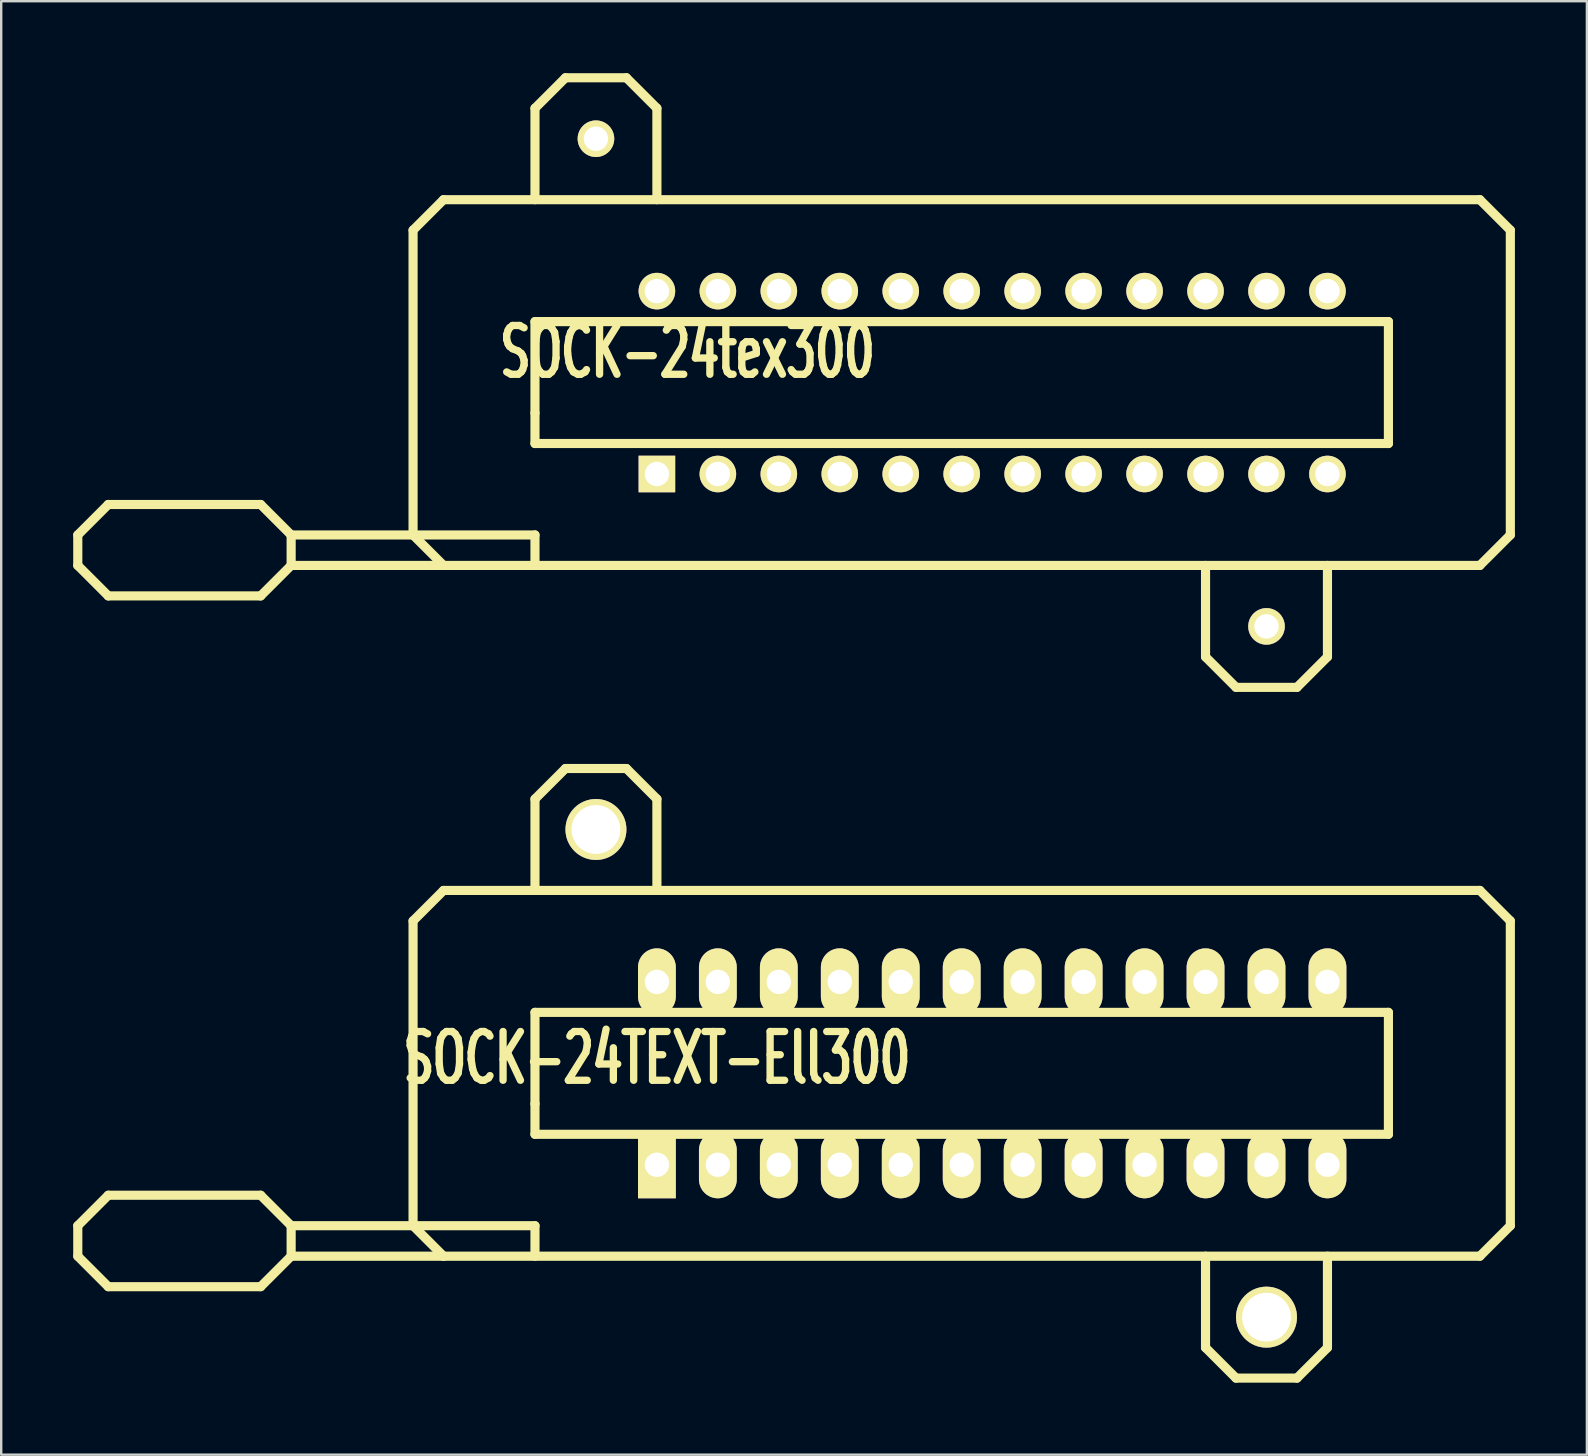
<source format=kicad_pcb>
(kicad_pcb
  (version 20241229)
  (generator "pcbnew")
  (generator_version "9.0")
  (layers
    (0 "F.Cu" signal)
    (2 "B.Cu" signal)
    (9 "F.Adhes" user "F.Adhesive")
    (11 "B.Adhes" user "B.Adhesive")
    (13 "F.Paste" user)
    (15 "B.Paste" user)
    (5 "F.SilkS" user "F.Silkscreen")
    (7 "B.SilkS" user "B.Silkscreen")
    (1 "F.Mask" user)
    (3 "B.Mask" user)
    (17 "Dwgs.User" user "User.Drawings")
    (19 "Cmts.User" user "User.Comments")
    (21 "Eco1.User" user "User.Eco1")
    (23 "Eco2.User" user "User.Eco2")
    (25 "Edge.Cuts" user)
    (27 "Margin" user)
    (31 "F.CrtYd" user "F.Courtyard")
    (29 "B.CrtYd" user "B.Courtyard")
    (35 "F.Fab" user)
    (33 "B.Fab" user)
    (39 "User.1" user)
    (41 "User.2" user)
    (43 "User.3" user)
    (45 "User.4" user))
  (footprint "SOCK-24TEXT-Ell300"
    (layer "F.Cu")
    (at 38.291 41.672)
    (property "Reference" "SOCK-24TEXT-Ell300" (at -13.97 -0.635 0) (layer "F.SilkS") (effects (font (size 2.032 1.27) (thickness 0.305))))
    (attr through_hole)
    (fp_line (start -38.1 6.35) (end -38.1 7.62) (stroke (width 0.381) (type solid)) (layer "F.SilkS"))
    (fp_line (start -38.1 7.62) (end -36.83 8.89) (stroke (width 0.381) (type solid)) (layer "F.SilkS"))
    (fp_line (start -36.83 5.08) (end -38.1 6.35) (stroke (width 0.381) (type solid)) (layer "F.SilkS"))
    (fp_line (start -36.83 8.89) (end -30.48 8.89) (stroke (width 0.381) (type solid)) (layer "F.SilkS"))
    (fp_line (start -30.48 5.08) (end -36.83 5.08) (stroke (width 0.381) (type solid)) (layer "F.SilkS"))
    (fp_line (start -30.48 5.08) (end -29.21 6.35) (stroke (width 0.381) (type solid)) (layer "F.SilkS"))
    (fp_line (start -30.48 8.89) (end -29.21 7.62) (stroke (width 0.381) (type solid)) (layer "F.SilkS"))
    (fp_line (start -29.21 6.35) (end -29.21 7.62) (stroke (width 0.381) (type solid)) (layer "F.SilkS"))
    (fp_line (start -29.21 6.35) (end -19.05 6.35) (stroke (width 0.381) (type solid)) (layer "F.SilkS"))
    (fp_line (start -29.21 7.62) (end -22.86 7.62) (stroke (width 0.381) (type solid)) (layer "F.SilkS"))
    (fp_line (start -24.13 -6.35) (end -24.13 6.35) (stroke (width 0.381) (type solid)) (layer "F.SilkS"))
    (fp_line (start -24.13 6.35) (end -22.86 7.62) (stroke (width 0.381) (type solid)) (layer "F.SilkS"))
    (fp_line (start -22.86 -7.62) (end -24.13 -6.35) (stroke (width 0.381) (type solid)) (layer "F.SilkS"))
    (fp_line (start -22.86 7.62) (end 20.32 7.62) (stroke (width 0.381) (type solid)) (layer "F.SilkS"))
    (fp_line (start -19.05 -11.43) (end -19.05 -7.62) (stroke (width 0.381) (type solid)) (layer "F.SilkS"))
    (fp_line (start -19.05 -2.54) (end 16.51 -2.54) (stroke (width 0.381) (type solid)) (layer "F.SilkS"))
    (fp_line (start -19.05 1.27) (end -19.05 -2.54) (stroke (width 0.381) (type solid)) (layer "F.SilkS"))
    (fp_line (start -19.05 2.54) (end -19.05 1.27) (stroke (width 0.381) (type solid)) (layer "F.SilkS"))
    (fp_line (start -19.05 6.35) (end -19.05 7.62) (stroke (width 0.381) (type solid)) (layer "F.SilkS"))
    (fp_line (start -17.78 -12.7) (end -19.05 -11.43) (stroke (width 0.381) (type solid)) (layer "F.SilkS"))
    (fp_line (start -15.24 -12.7) (end -17.78 -12.7) (stroke (width 0.381) (type solid)) (layer "F.SilkS"))
    (fp_line (start -13.97 -11.43) (end -15.24 -12.7) (stroke (width 0.381) (type solid)) (layer "F.SilkS"))
    (fp_line (start -13.97 -7.62) (end -13.97 -11.43) (stroke (width 0.381) (type solid)) (layer "F.SilkS"))
    (fp_line (start 8.89 11.43) (end 8.89 7.62) (stroke (width 0.381) (type solid)) (layer "F.SilkS"))
    (fp_line (start 10.16 12.7) (end 8.89 11.43) (stroke (width 0.381) (type solid)) (layer "F.SilkS"))
    (fp_line (start 12.7 12.7) (end 10.16 12.7) (stroke (width 0.381) (type solid)) (layer "F.SilkS"))
    (fp_line (start 13.97 7.62) (end 13.97 11.43) (stroke (width 0.381) (type solid)) (layer "F.SilkS"))
    (fp_line (start 13.97 11.43) (end 12.7 12.7) (stroke (width 0.381) (type solid)) (layer "F.SilkS"))
    (fp_line (start 16.51 -2.54) (end 16.51 2.54) (stroke (width 0.381) (type solid)) (layer "F.SilkS"))
    (fp_line (start 16.51 2.54) (end -19.05 2.54) (stroke (width 0.381) (type solid)) (layer "F.SilkS"))
    (fp_line (start 20.32 -7.62) (end -22.86 -7.62) (stroke (width 0.381) (type solid)) (layer "F.SilkS"))
    (fp_line (start 20.32 7.62) (end 21.59 6.35) (stroke (width 0.381) (type solid)) (layer "F.SilkS"))
    (fp_line (start 21.59 -6.35) (end 20.32 -7.62) (stroke (width 0.381) (type solid)) (layer "F.SilkS"))
    (fp_line (start 21.59 6.35) (end 21.59 -6.35) (stroke (width 0.381) (type solid)) (layer "F.SilkS"))
    (pad "1" thru_hole rect (at -13.97 3.81) (size 1.575 2.794) (drill 1.016) (layers "*.Cu" "*.Mask" "F.SilkS"))
    (pad "2" thru_hole oval (at -11.43 3.81) (size 1.575 2.794) (drill 1.016) (layers "*.Cu" "*.Mask" "F.SilkS"))
    (pad "3" thru_hole oval (at -8.89 3.81) (size 1.575 2.794) (drill 1.016) (layers "*.Cu" "*.Mask" "F.SilkS"))
    (pad "4" thru_hole oval (at -6.35 3.81) (size 1.575 2.794) (drill 1.016) (layers "*.Cu" "*.Mask" "F.SilkS"))
    (pad "5" thru_hole oval (at -3.81 3.81) (size 1.575 2.794) (drill 1.016) (layers "*.Cu" "*.Mask" "F.SilkS"))
    (pad "6" thru_hole oval (at -1.27 3.81) (size 1.575 2.794) (drill 1.016) (layers "*.Cu" "*.Mask" "F.SilkS"))
    (pad "7" thru_hole oval (at 1.27 3.81) (size 1.575 2.794) (drill 1.016) (layers "*.Cu" "*.Mask" "F.SilkS"))
    (pad "8" thru_hole oval (at 3.81 3.81) (size 1.575 2.794) (drill 1.016) (layers "*.Cu" "*.Mask" "F.SilkS"))
    (pad "9" thru_hole oval (at 6.35 3.81) (size 1.575 2.794) (drill 1.016) (layers "*.Cu" "*.Mask" "F.SilkS"))
    (pad "10" thru_hole oval (at 8.89 3.81) (size 1.575 2.794) (drill 1.016) (layers "*.Cu" "*.Mask" "F.SilkS"))
    (pad "11" thru_hole oval (at 11.43 3.81) (size 1.575 2.794) (drill 1.016) (layers "*.Cu" "*.Mask" "F.SilkS"))
    (pad "12" thru_hole oval (at 13.97 3.81) (size 1.575 2.794) (drill 1.016) (layers "*.Cu" "*.Mask" "F.SilkS"))
    (pad "13" thru_hole oval (at 13.97 -3.81) (size 1.575 2.794) (drill 1.016) (layers "*.Cu" "*.Mask" "F.SilkS"))
    (pad "14" thru_hole oval (at 11.43 -3.81) (size 1.575 2.794) (drill 1.016) (layers "*.Cu" "*.Mask" "F.SilkS"))
    (pad "15" thru_hole oval (at 8.89 -3.81) (size 1.575 2.794) (drill 1.016) (layers "*.Cu" "*.Mask" "F.SilkS"))
    (pad "16" thru_hole oval (at 6.35 -3.81) (size 1.575 2.794) (drill 1.016) (layers "*.Cu" "*.Mask" "F.SilkS"))
    (pad "17" thru_hole oval (at 3.81 -3.81) (size 1.575 2.794) (drill 1.016) (layers "*.Cu" "*.Mask" "F.SilkS"))
    (pad "18" thru_hole oval (at 1.27 -3.81) (size 1.575 2.794) (drill 1.016) (layers "*.Cu" "*.Mask" "F.SilkS"))
    (pad "19" thru_hole oval (at -1.27 -3.81) (size 1.575 2.794) (drill 1.016) (layers "*.Cu" "*.Mask" "F.SilkS"))
    (pad "20" thru_hole oval (at -3.81 -3.81) (size 1.575 2.794) (drill 1.016) (layers "*.Cu" "*.Mask" "F.SilkS"))
    (pad "21" thru_hole oval (at -6.35 -3.81) (size 1.575 2.794) (drill 1.016) (layers "*.Cu" "*.Mask" "F.SilkS"))
    (pad "22" thru_hole oval (at -8.89 -3.81) (size 1.575 2.794) (drill 1.016) (layers "*.Cu" "*.Mask" "F.SilkS"))
    (pad "23" thru_hole oval (at -11.43 -3.81) (size 1.575 2.794) (drill 1.016) (layers "*.Cu" "*.Mask" "F.SilkS"))
    (pad "24" thru_hole oval (at -13.97 -3.81) (size 1.575 2.794) (drill 1.016) (layers "*.Cu" "*.Mask" "F.SilkS"))
    (pad "HOLE" thru_hole circle (at -16.51 -10.16) (size 2.54 2.54) (drill 2.032) (layers "*.Cu" "*.Mask" "F.SilkS"))
    (pad "HOLE" thru_hole circle (at 11.43 10.16) (size 2.54 2.54) (drill 2.032) (layers "*.Cu" "*.Mask" "F.SilkS")))
  (footprint "SOCK-24tex300"
    (layer "F.Cu")
    (at 38.291 12.89)
    (property "Reference" "SOCK-24tex300" (at -12.7 -1.27 0) (layer "F.SilkS") (effects (font (size 2.032 1.27) (thickness 0.305))))
    (attr through_hole)
    (fp_line (start -38.1 6.35) (end -38.1 7.62) (stroke (width 0.381) (type solid)) (layer "F.SilkS"))
    (fp_line (start -38.1 7.62) (end -36.83 8.89) (stroke (width 0.381) (type solid)) (layer "F.SilkS"))
    (fp_line (start -36.83 5.08) (end -38.1 6.35) (stroke (width 0.381) (type solid)) (layer "F.SilkS"))
    (fp_line (start -36.83 8.89) (end -30.48 8.89) (stroke (width 0.381) (type solid)) (layer "F.SilkS"))
    (fp_line (start -30.48 5.08) (end -36.83 5.08) (stroke (width 0.381) (type solid)) (layer "F.SilkS"))
    (fp_line (start -30.48 5.08) (end -29.21 6.35) (stroke (width 0.381) (type solid)) (layer "F.SilkS"))
    (fp_line (start -30.48 8.89) (end -29.21 7.62) (stroke (width 0.381) (type solid)) (layer "F.SilkS"))
    (fp_line (start -29.21 6.35) (end -29.21 7.62) (stroke (width 0.381) (type solid)) (layer "F.SilkS"))
    (fp_line (start -29.21 6.35) (end -19.05 6.35) (stroke (width 0.381) (type solid)) (layer "F.SilkS"))
    (fp_line (start -29.21 7.62) (end -22.86 7.62) (stroke (width 0.381) (type solid)) (layer "F.SilkS"))
    (fp_line (start -24.13 -6.35) (end -24.13 6.35) (stroke (width 0.381) (type solid)) (layer "F.SilkS"))
    (fp_line (start -24.13 6.35) (end -22.86 7.62) (stroke (width 0.381) (type solid)) (layer "F.SilkS"))
    (fp_line (start -22.86 -7.62) (end -24.13 -6.35) (stroke (width 0.381) (type solid)) (layer "F.SilkS"))
    (fp_line (start -22.86 7.62) (end 20.32 7.62) (stroke (width 0.381) (type solid)) (layer "F.SilkS"))
    (fp_line (start -19.05 -11.43) (end -19.05 -7.62) (stroke (width 0.381) (type solid)) (layer "F.SilkS"))
    (fp_line (start -19.05 -2.54) (end 16.51 -2.54) (stroke (width 0.381) (type solid)) (layer "F.SilkS"))
    (fp_line (start -19.05 1.27) (end -19.05 -2.54) (stroke (width 0.381) (type solid)) (layer "F.SilkS"))
    (fp_line (start -19.05 2.54) (end -19.05 1.27) (stroke (width 0.381) (type solid)) (layer "F.SilkS"))
    (fp_line (start -19.05 6.35) (end -19.05 7.62) (stroke (width 0.381) (type solid)) (layer "F.SilkS"))
    (fp_line (start -17.78 -12.7) (end -19.05 -11.43) (stroke (width 0.381) (type solid)) (layer "F.SilkS"))
    (fp_line (start -15.24 -12.7) (end -17.78 -12.7) (stroke (width 0.381) (type solid)) (layer "F.SilkS"))
    (fp_line (start -13.97 -11.43) (end -15.24 -12.7) (stroke (width 0.381) (type solid)) (layer "F.SilkS"))
    (fp_line (start -13.97 -7.62) (end -13.97 -11.43) (stroke (width 0.381) (type solid)) (layer "F.SilkS"))
    (fp_line (start 8.89 11.43) (end 8.89 7.62) (stroke (width 0.381) (type solid)) (layer "F.SilkS"))
    (fp_line (start 10.16 12.7) (end 8.89 11.43) (stroke (width 0.381) (type solid)) (layer "F.SilkS"))
    (fp_line (start 12.7 12.7) (end 10.16 12.7) (stroke (width 0.381) (type solid)) (layer "F.SilkS"))
    (fp_line (start 13.97 7.62) (end 13.97 11.43) (stroke (width 0.381) (type solid)) (layer "F.SilkS"))
    (fp_line (start 13.97 11.43) (end 12.7 12.7) (stroke (width 0.381) (type solid)) (layer "F.SilkS"))
    (fp_line (start 16.51 -2.54) (end 16.51 2.54) (stroke (width 0.381) (type solid)) (layer "F.SilkS"))
    (fp_line (start 16.51 2.54) (end -19.05 2.54) (stroke (width 0.381) (type solid)) (layer "F.SilkS"))
    (fp_line (start 20.32 -7.62) (end -22.86 -7.62) (stroke (width 0.381) (type solid)) (layer "F.SilkS"))
    (fp_line (start 20.32 7.62) (end 21.59 6.35) (stroke (width 0.381) (type solid)) (layer "F.SilkS"))
    (fp_line (start 21.59 -6.35) (end 20.32 -7.62) (stroke (width 0.381) (type solid)) (layer "F.SilkS"))
    (fp_line (start 21.59 6.35) (end 21.59 -6.35) (stroke (width 0.381) (type solid)) (layer "F.SilkS"))
    (pad "1" thru_hole rect (at -13.97 3.81) (size 1.524 1.524) (drill 1.016) (layers "*.Cu" "*.Mask" "F.SilkS"))
    (pad "2" thru_hole circle (at -11.43 3.81) (size 1.524 1.524) (drill 1.016) (layers "*.Cu" "*.Mask" "F.SilkS"))
    (pad "3" thru_hole circle (at -8.89 3.81) (size 1.524 1.524) (drill 1.016) (layers "*.Cu" "*.Mask" "F.SilkS"))
    (pad "4" thru_hole circle (at -6.35 3.81) (size 1.524 1.524) (drill 1.016) (layers "*.Cu" "*.Mask" "F.SilkS"))
    (pad "5" thru_hole circle (at -3.81 3.81) (size 1.524 1.524) (drill 1.016) (layers "*.Cu" "*.Mask" "F.SilkS"))
    (pad "6" thru_hole circle (at -1.27 3.81) (size 1.524 1.524) (drill 1.016) (layers "*.Cu" "*.Mask" "F.SilkS"))
    (pad "7" thru_hole circle (at 1.27 3.81) (size 1.524 1.524) (drill 1.016) (layers "*.Cu" "*.Mask" "F.SilkS"))
    (pad "8" thru_hole circle (at 3.81 3.81) (size 1.524 1.524) (drill 1.016) (layers "*.Cu" "*.Mask" "F.SilkS"))
    (pad "9" thru_hole circle (at 6.35 3.81) (size 1.524 1.524) (drill 1.016) (layers "*.Cu" "*.Mask" "F.SilkS"))
    (pad "10" thru_hole circle (at 8.89 3.81) (size 1.524 1.524) (drill 1.016) (layers "*.Cu" "*.Mask" "F.SilkS"))
    (pad "11" thru_hole circle (at 11.43 3.81) (size 1.524 1.524) (drill 1.016) (layers "*.Cu" "*.Mask" "F.SilkS"))
    (pad "12" thru_hole circle (at 13.97 3.81) (size 1.524 1.524) (drill 1.016) (layers "*.Cu" "*.Mask" "F.SilkS"))
    (pad "13" thru_hole circle (at 13.97 -3.81) (size 1.524 1.524) (drill 1.016) (layers "*.Cu" "*.Mask" "F.SilkS"))
    (pad "14" thru_hole circle (at 11.43 -3.81) (size 1.524 1.524) (drill 1.016) (layers "*.Cu" "*.Mask" "F.SilkS"))
    (pad "15" thru_hole circle (at 8.89 -3.81) (size 1.524 1.524) (drill 1.016) (layers "*.Cu" "*.Mask" "F.SilkS"))
    (pad "16" thru_hole circle (at 6.35 -3.81) (size 1.524 1.524) (drill 1.016) (layers "*.Cu" "*.Mask" "F.SilkS"))
    (pad "17" thru_hole circle (at 3.81 -3.81) (size 1.524 1.524) (drill 1.016) (layers "*.Cu" "*.Mask" "F.SilkS"))
    (pad "18" thru_hole circle (at 1.27 -3.81) (size 1.524 1.524) (drill 1.016) (layers "*.Cu" "*.Mask" "F.SilkS"))
    (pad "19" thru_hole circle (at -1.27 -3.81) (size 1.524 1.524) (drill 1.016) (layers "*.Cu" "*.Mask" "F.SilkS"))
    (pad "20" thru_hole circle (at -3.81 -3.81) (size 1.524 1.524) (drill 1.016) (layers "*.Cu" "*.Mask" "F.SilkS"))
    (pad "21" thru_hole circle (at -6.35 -3.81) (size 1.524 1.524) (drill 1.016) (layers "*.Cu" "*.Mask" "F.SilkS"))
    (pad "22" thru_hole circle (at -8.89 -3.81) (size 1.524 1.524) (drill 1.016) (layers "*.Cu" "*.Mask" "F.SilkS"))
    (pad "23" thru_hole circle (at -11.43 -3.81) (size 1.524 1.524) (drill 1.016) (layers "*.Cu" "*.Mask" "F.SilkS"))
    (pad "24" thru_hole circle (at -13.97 -3.81) (size 1.524 1.524) (drill 1.016) (layers "*.Cu" "*.Mask" "F.SilkS"))
    (pad "HOLE" thru_hole circle (at -16.51 -10.16) (size 1.524 1.524) (drill 1.016) (layers "*.Cu" "*.Mask" "F.SilkS"))
    (pad "HOLE" thru_hole circle (at 11.43 10.16) (size 1.524 1.524) (drill 1.016) (layers "*.Cu" "*.Mask" "F.SilkS")))
  (gr_rect
    (start -3 -3)
    (end 63.071 57.562)
    (stroke (width 0.1) (type default))
    (fill no)
    (layer "Edge.Cuts")))
</source>
